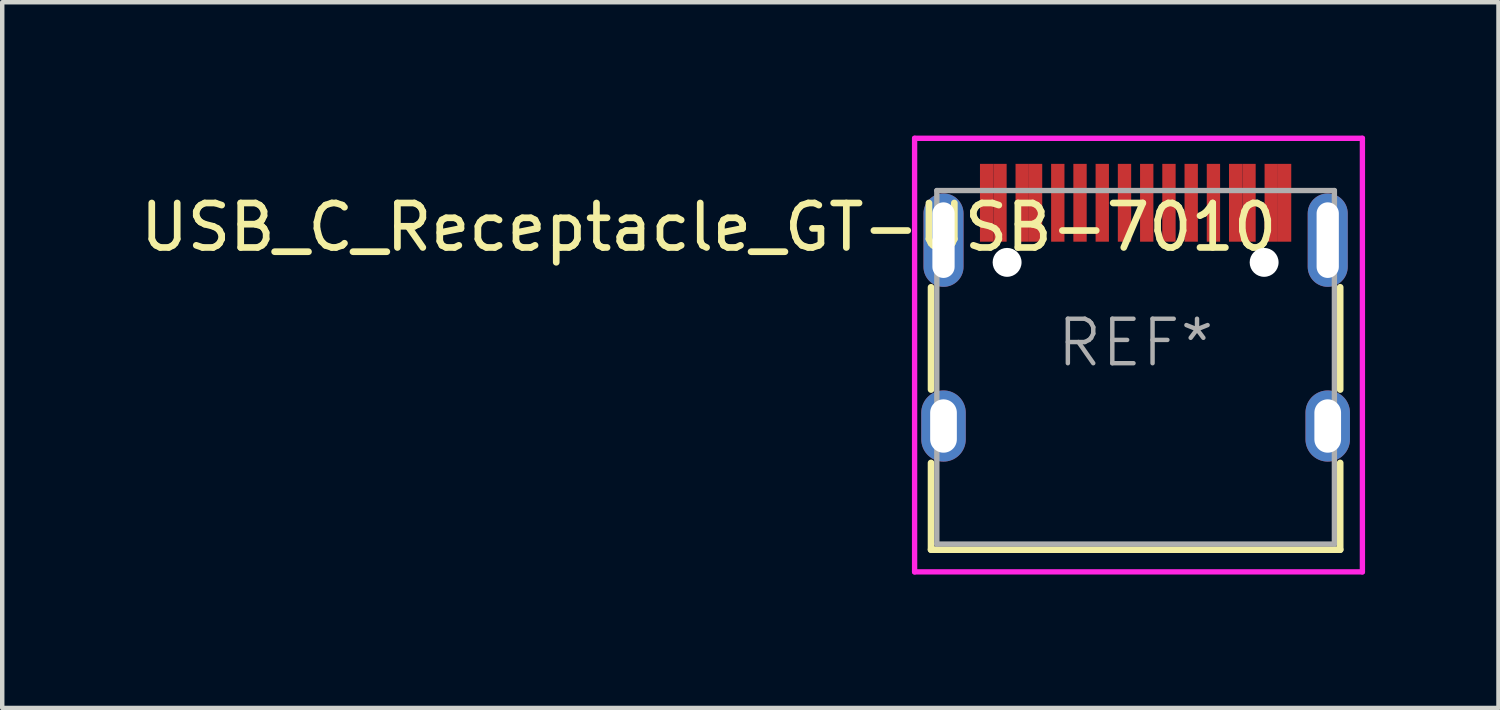
<source format=kicad_pcb>
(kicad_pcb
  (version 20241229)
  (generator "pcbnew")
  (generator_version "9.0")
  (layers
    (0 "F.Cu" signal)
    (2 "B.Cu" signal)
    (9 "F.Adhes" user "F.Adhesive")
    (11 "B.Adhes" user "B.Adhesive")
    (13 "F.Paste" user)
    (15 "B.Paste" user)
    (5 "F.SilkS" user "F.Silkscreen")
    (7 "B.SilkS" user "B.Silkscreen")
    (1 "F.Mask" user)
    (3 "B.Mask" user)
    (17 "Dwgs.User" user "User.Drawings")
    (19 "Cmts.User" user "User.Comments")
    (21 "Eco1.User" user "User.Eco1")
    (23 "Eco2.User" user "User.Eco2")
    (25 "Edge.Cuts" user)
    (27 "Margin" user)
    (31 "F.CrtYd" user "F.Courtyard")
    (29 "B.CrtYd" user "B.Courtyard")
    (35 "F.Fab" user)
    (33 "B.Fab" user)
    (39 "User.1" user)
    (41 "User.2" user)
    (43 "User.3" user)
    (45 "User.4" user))
  (footprint "USB_C_Receptacle_GT-USB-7010"
    (layer "F.Cu")
    (at 22.487 4.66)
    (property "Reference" "USB_C_Receptacle_GT-USB-7010" (at -9.6 -2.6 180) (layer "F.SilkS") (effects (font (size 1 1) (thickness 0.15))))
    (attr through_hole)
    (fp_line (start -4.6 1.05) (end -4.6 -1.25) (stroke (width 0.15) (type solid)) (layer "F.SilkS"))
    (fp_line (start -4.6 4.65) (end -4.6 2.7) (stroke (width 0.15) (type solid)) (layer "F.SilkS"))
    (fp_line (start 4.6 1.05) (end 4.6 -1.25) (stroke (width 0.15) (type solid)) (layer "F.SilkS"))
    (fp_line (start 4.6 4.65) (end -4.6 4.65) (stroke (width 0.15) (type solid)) (layer "F.SilkS"))
    (fp_line (start 4.6 4.65) (end 4.6 2.7) (stroke (width 0.15) (type solid)) (layer "F.SilkS"))
    (fp_line (start -4.97 -4.6) (end -4.97 5.15) (stroke (width 0.12) (type solid)) (layer "F.CrtYd"))
    (fp_line (start -4.97 -4.6) (end 5.1 -4.6) (stroke (width 0.12) (type solid)) (layer "F.CrtYd"))
    (fp_line (start -4.97 5.15) (end 5.1 5.15) (stroke (width 0.12) (type solid)) (layer "F.CrtYd"))
    (fp_line (start 5.1 -4.6) (end 5.1 5.15) (stroke (width 0.12) (type solid)) (layer "F.CrtYd"))
    (fp_line (start -4.47 -3.425) (end -4.47 4.525) (stroke (width 0.12) (type solid)) (layer "F.Fab"))
    (fp_line (start -4.47 -3.425) (end 4.47 -3.425) (stroke (width 0.12) (type solid)) (layer "F.Fab"))
    (fp_line (start 4.47 -3.425) (end 4.47 4.525) (stroke (width 0.12) (type solid)) (layer "F.Fab"))
    (fp_line (start 4.47 4.525) (end -4.47 4.525) (stroke (width 0.12) (type solid)) (layer "F.Fab"))
    (fp_text user "REF*" (at 0 0 180) (layer "F.Fab") (effects (font (size 1 1) (thickness 0.1))))
    (pad "" np_thru_hole circle (at -2.89 -1.81) (size 0.65 0.65) (drill 0.65) (layers "*.Cu" "*.Mask"))
    (pad "" np_thru_hole circle (at 2.89 -1.81) (size 0.65 0.65) (drill 0.65) (layers "*.Cu" "*.Mask"))
    (pad "A1" smd rect (at -3.35 -3.15) (size 0.3 1.75) (layers "F.Cu" "F.Mask" "F.Paste"))
    (pad "A4" smd rect (at -2.55 -3.15) (size 0.3 1.75) (layers "F.Cu" "F.Mask" "F.Paste"))
    (pad "A5" smd rect (at -1.25 -3.15) (size 0.3 1.75) (layers "F.Cu" "F.Mask" "F.Paste"))
    (pad "A6" smd rect (at -0.25 -3.15) (size 0.3 1.75) (layers "F.Cu" "F.Mask" "F.Paste"))
    (pad "A7" smd rect (at 0.25 -3.15) (size 0.3 1.75) (layers "F.Cu" "F.Mask" "F.Paste"))
    (pad "A8" smd rect (at 1.25 -3.15) (size 0.3 1.75) (layers "F.Cu" "F.Mask" "F.Paste"))
    (pad "A9" smd rect (at 2.55 -3.15) (size 0.3 1.75) (layers "F.Cu" "F.Mask" "F.Paste"))
    (pad "A12" smd rect (at 3.35 -3.15) (size 0.3 1.75) (layers "F.Cu" "F.Mask" "F.Paste"))
    (pad "B1" smd rect (at 3.05 -3.15) (size 0.3 1.75) (layers "F.Cu" "F.Mask" "F.Paste"))
    (pad "B4" smd rect (at 2.25 -3.15) (size 0.3 1.75) (layers "F.Cu" "F.Mask" "F.Paste"))
    (pad "B5" smd rect (at 1.75 -3.15) (size 0.3 1.75) (layers "F.Cu" "F.Mask" "F.Paste"))
    (pad "B6" smd rect (at 0.75 -3.15) (size 0.3 1.75) (layers "F.Cu" "F.Mask" "F.Paste"))
    (pad "B7" smd rect (at -0.75 -3.15) (size 0.3 1.75) (layers "F.Cu" "F.Mask" "F.Paste"))
    (pad "B8" smd rect (at -1.75 -3.15) (size 0.3 1.75) (layers "F.Cu" "F.Mask" "F.Paste"))
    (pad "B9" smd rect (at -2.25 -3.15) (size 0.3 1.75) (layers "F.Cu" "F.Mask" "F.Paste"))
    (pad "B12" smd rect (at -3.05 -3.15) (size 0.3 1.75) (layers "F.Cu" "F.Mask" "F.Paste"))
    (pad "S1" thru_hole oval (at -4.32 -2.31) (size 0.9 2.1) (drill oval 0.5 1.7) (layers "*.Cu" "*.Paste" "*.Mask"))
    (pad "S1" thru_hole oval (at -4.32 1.87) (size 1 1.6) (drill oval 0.6 1.2) (layers "*.Cu" "*.Paste" "*.Mask"))
    (pad "S1" thru_hole oval (at 4.32 -2.31) (size 0.9 2.1) (drill oval 0.5 1.7) (layers "*.Cu" "*.Paste" "*.Mask"))
    (pad "S1" thru_hole oval (at 4.32 1.87) (size 1 1.6) (drill oval 0.6 1.2) (layers "*.Cu" "*.Paste" "*.Mask")))
  (gr_rect
    (start -3 -3)
    (end 30.647 12.87)
    (stroke (width 0.1) (type default))
    (fill no)
    (layer "Edge.Cuts")))
</source>
